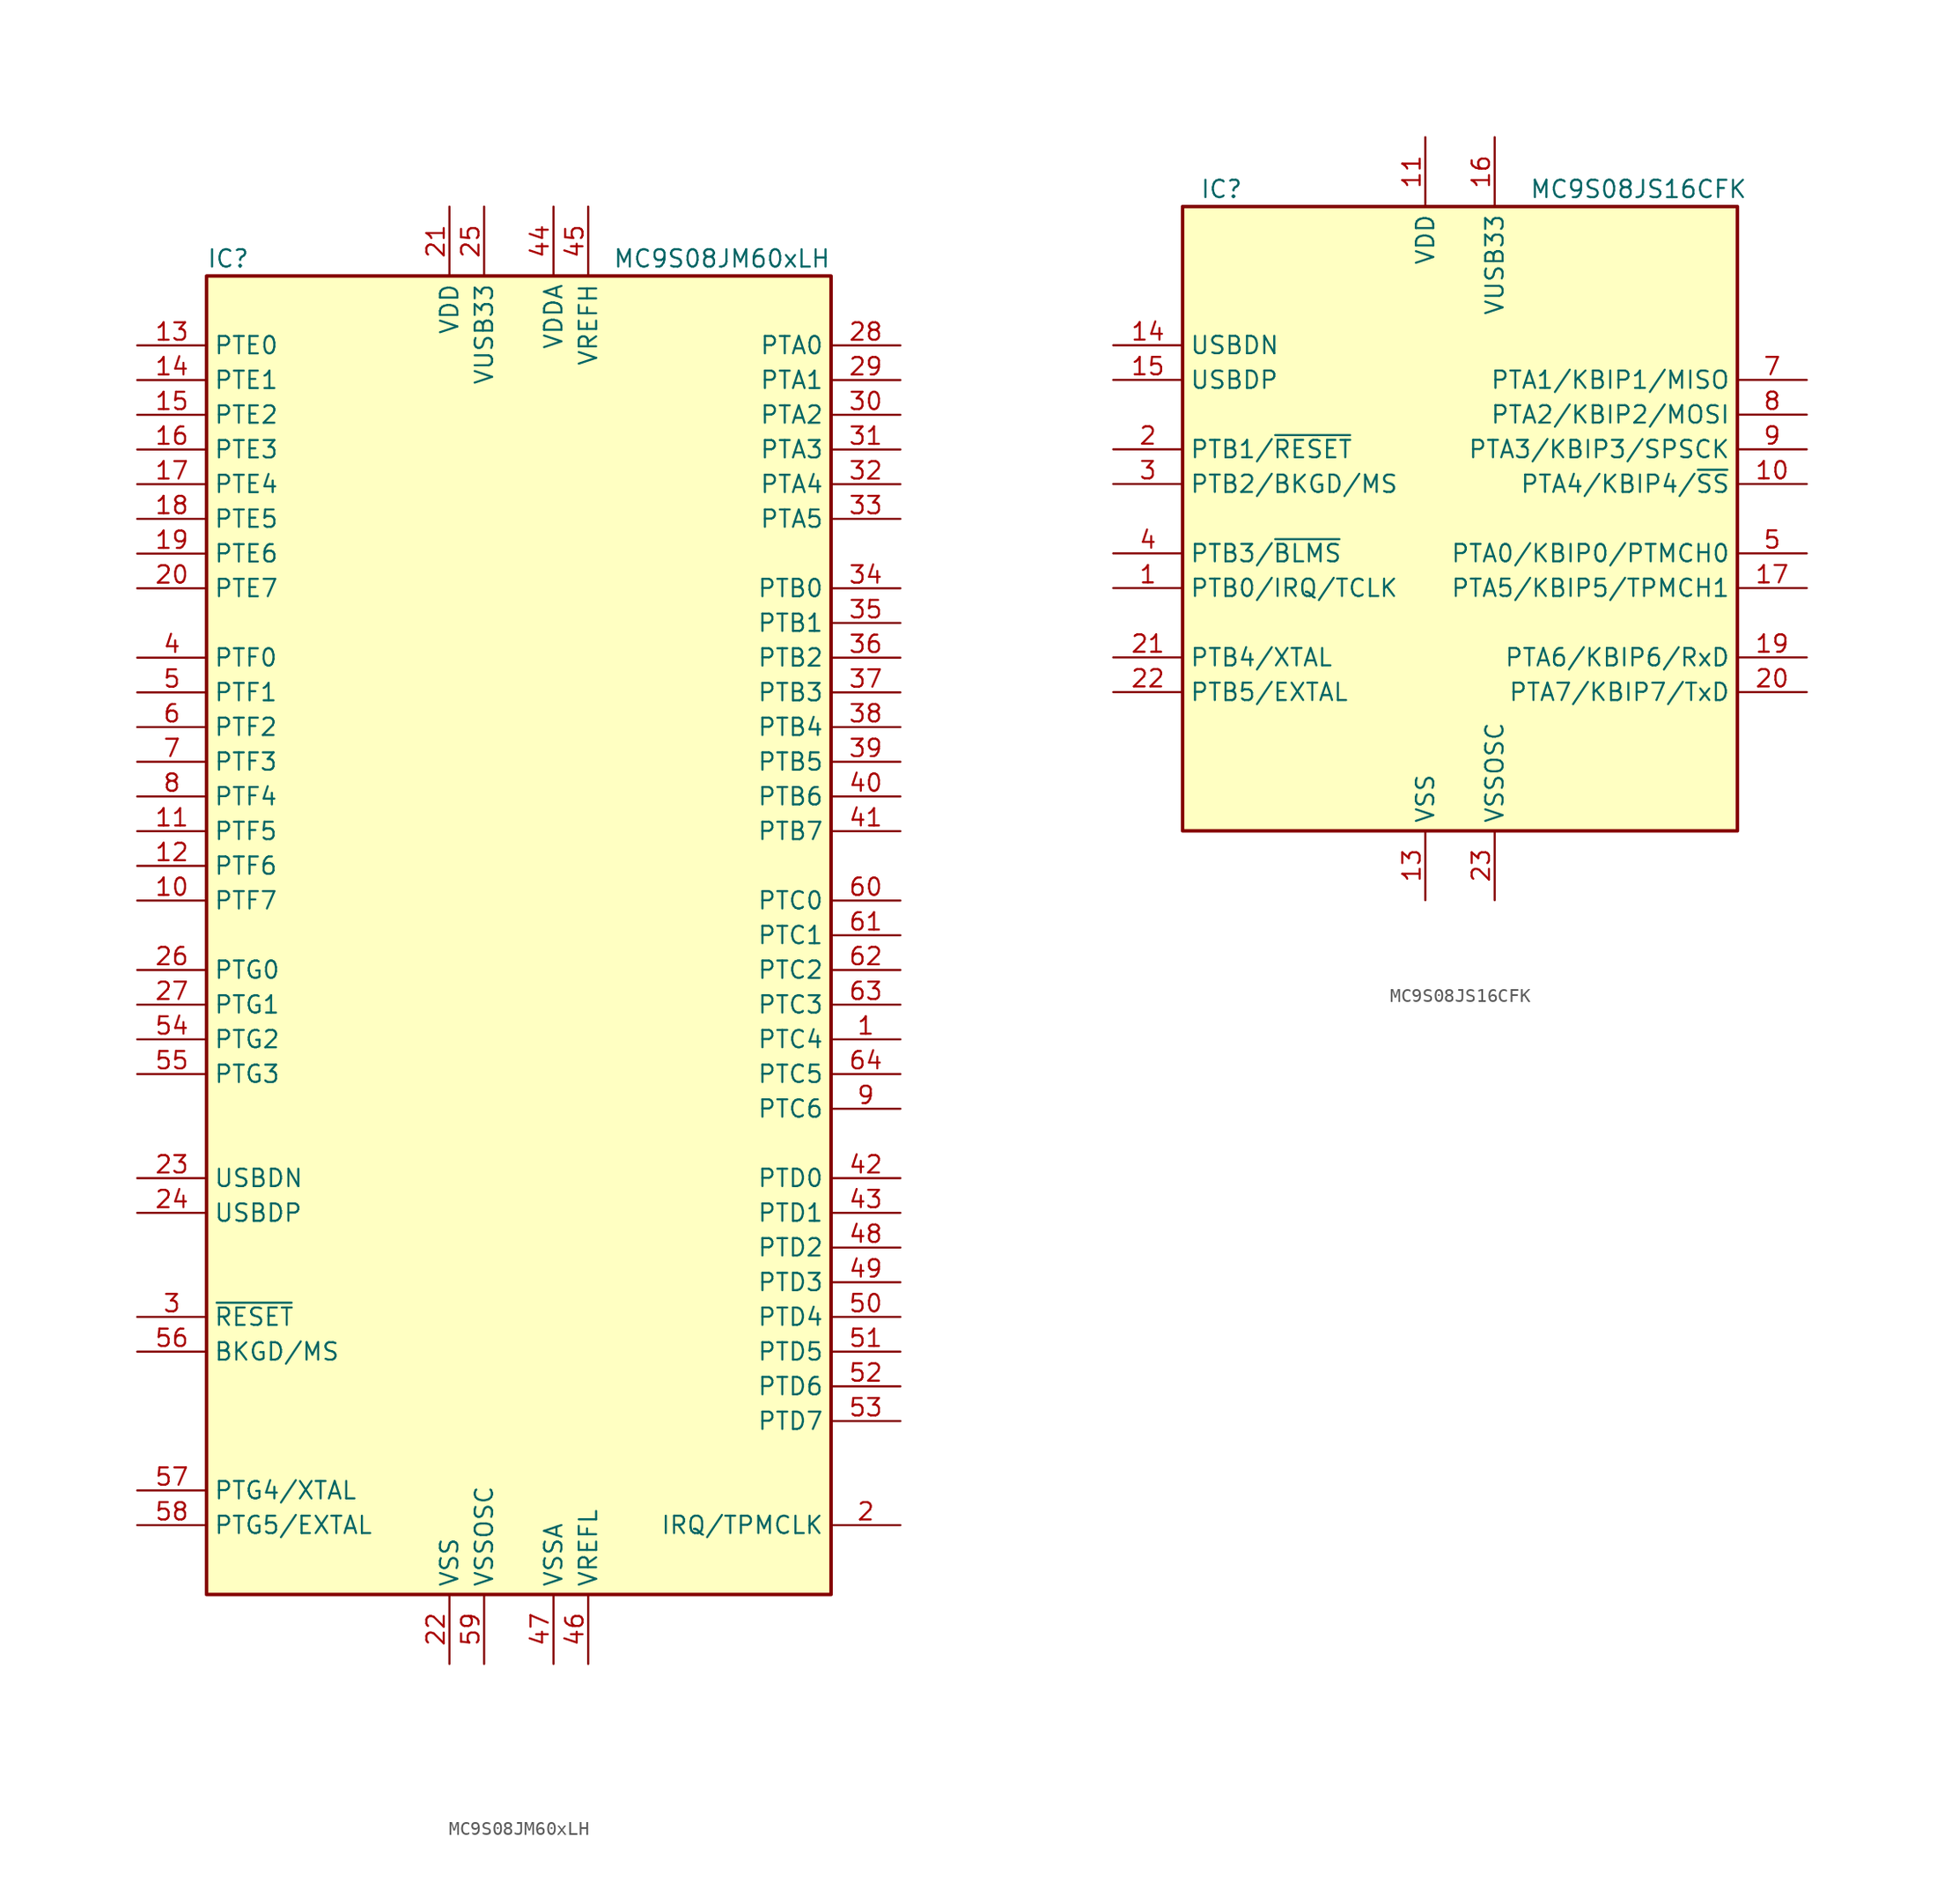
<source format=kicad_sym>
(kicad_symbol_lib
  (version 20241209)
  (generator "kicad_symbol_editor")
  (generator_version "9.0")
  (symbol "MC9S08JM60xLH"
    (property "Reference" "IC"
      (at -22.86 49.53 0)
      (effects (font (size 1.27 1.27)) (justify left)))
    (property "Value" "MC9S08JM60xLH"
      (at 22.86 49.53 0)
      (effects (font (size 1.27 1.27)) (justify right)))
    (symbol "MC9S08JM60xLH_0_1"
      (rectangle (start -22.86 48.26) (end 22.86 -48.26) (stroke (width 0.254) (type default)) (fill (type background))))
    (symbol "MC9S08JM60xLH_1_1"
      (pin bidirectional line (at -27.94 43.18 0) (length 5.08) (name "PTE0" (effects (font (size 1.27 1.27)))) (number "13" (effects (font (size 1.27 1.27)))))
      (pin bidirectional line (at -27.94 40.64 0) (length 5.08) (name "PTE1" (effects (font (size 1.27 1.27)))) (number "14" (effects (font (size 1.27 1.27)))))
      (pin bidirectional line (at -27.94 38.1 0) (length 5.08) (name "PTE2" (effects (font (size 1.27 1.27)))) (number "15" (effects (font (size 1.27 1.27)))))
      (pin bidirectional line (at -27.94 35.56 0) (length 5.08) (name "PTE3" (effects (font (size 1.27 1.27)))) (number "16" (effects (font (size 1.27 1.27)))))
      (pin bidirectional line (at -27.94 33.02 0) (length 5.08) (name "PTE4" (effects (font (size 1.27 1.27)))) (number "17" (effects (font (size 1.27 1.27)))))
      (pin bidirectional line (at -27.94 30.48 0) (length 5.08) (name "PTE5" (effects (font (size 1.27 1.27)))) (number "18" (effects (font (size 1.27 1.27)))))
      (pin bidirectional line (at -27.94 27.94 0) (length 5.08) (name "PTE6" (effects (font (size 1.27 1.27)))) (number "19" (effects (font (size 1.27 1.27)))))
      (pin bidirectional line (at -27.94 25.4 0) (length 5.08) (name "PTE7" (effects (font (size 1.27 1.27)))) (number "20" (effects (font (size 1.27 1.27)))))
      (pin bidirectional line (at -27.94 20.32 0) (length 5.08) (name "PTF0" (effects (font (size 1.27 1.27)))) (number "4" (effects (font (size 1.27 1.27)))))
      (pin bidirectional line (at -27.94 17.78 0) (length 5.08) (name "PTF1" (effects (font (size 1.27 1.27)))) (number "5" (effects (font (size 1.27 1.27)))))
      (pin bidirectional line (at -27.94 15.24 0) (length 5.08) (name "PTF2" (effects (font (size 1.27 1.27)))) (number "6" (effects (font (size 1.27 1.27)))))
      (pin bidirectional line (at -27.94 12.7 0) (length 5.08) (name "PTF3" (effects (font (size 1.27 1.27)))) (number "7" (effects (font (size 1.27 1.27)))))
      (pin bidirectional line (at -27.94 10.16 0) (length 5.08) (name "PTF4" (effects (font (size 1.27 1.27)))) (number "8" (effects (font (size 1.27 1.27)))))
      (pin bidirectional line (at -27.94 7.62 0) (length 5.08) (name "PTF5" (effects (font (size 1.27 1.27)))) (number "11" (effects (font (size 1.27 1.27)))))
      (pin bidirectional line (at -27.94 5.08 0) (length 5.08) (name "PTF6" (effects (font (size 1.27 1.27)))) (number "12" (effects (font (size 1.27 1.27)))))
      (pin bidirectional line (at -27.94 2.54 0) (length 5.08) (name "PTF7" (effects (font (size 1.27 1.27)))) (number "10" (effects (font (size 1.27 1.27)))))
      (pin bidirectional line (at -27.94 -2.54 0) (length 5.08) (name "PTG0" (effects (font (size 1.27 1.27)))) (number "26" (effects (font (size 1.27 1.27)))))
      (pin bidirectional line (at -27.94 -5.08 0) (length 5.08) (name "PTG1" (effects (font (size 1.27 1.27)))) (number "27" (effects (font (size 1.27 1.27)))))
      (pin bidirectional line (at -27.94 -7.62 0) (length 5.08) (name "PTG2" (effects (font (size 1.27 1.27)))) (number "54" (effects (font (size 1.27 1.27)))))
      (pin bidirectional line (at -27.94 -10.16 0) (length 5.08) (name "PTG3" (effects (font (size 1.27 1.27)))) (number "55" (effects (font (size 1.27 1.27)))))
      (pin bidirectional line (at -27.94 -17.78 0) (length 5.08) (name "USBDN" (effects (font (size 1.27 1.27)))) (number "23" (effects (font (size 1.27 1.27)))))
      (pin bidirectional line (at -27.94 -20.32 0) (length 5.08) (name "USBDP" (effects (font (size 1.27 1.27)))) (number "24" (effects (font (size 1.27 1.27)))))
      (pin input line (at -27.94 -27.94 0) (length 5.08) (name "~{RESET}" (effects (font (size 1.27 1.27)))) (number "3" (effects (font (size 1.27 1.27)))))
      (pin bidirectional line (at -27.94 -30.48 0) (length 5.08) (name "BKGD/MS" (effects (font (size 1.27 1.27)))) (number "56" (effects (font (size 1.27 1.27)))))
      (pin bidirectional line (at -27.94 -40.64 0) (length 5.08) (name "PTG4/XTAL" (effects (font (size 1.27 1.27)))) (number "57" (effects (font (size 1.27 1.27)))))
      (pin bidirectional line (at -27.94 -43.18 0) (length 5.08) (name "PTG5/EXTAL" (effects (font (size 1.27 1.27)))) (number "58" (effects (font (size 1.27 1.27)))))
      (pin power_in line (at -5.08 53.34 270) (length 5.08) (name "VDD" (effects (font (size 1.27 1.27)))) (number "21" (effects (font (size 1.27 1.27)))))
      (pin power_in line (at -5.08 -53.34 90) (length 5.08) (name "VSS" (effects (font (size 1.27 1.27)))) (number "22" (effects (font (size 1.27 1.27)))))
      (pin power_out line (at -2.54 53.34 270) (length 5.08) (name "VUSB33" (effects (font (size 1.27 1.27)))) (number "25" (effects (font (size 1.27 1.27)))))
      (pin power_in line (at -2.54 -53.34 90) (length 5.08) (name "VSSOSC" (effects (font (size 1.27 1.27)))) (number "59" (effects (font (size 1.27 1.27)))))
      (pin power_in line (at 2.54 53.34 270) (length 5.08) (name "VDDA" (effects (font (size 1.27 1.27)))) (number "44" (effects (font (size 1.27 1.27)))))
      (pin power_in line (at 2.54 -53.34 90) (length 5.08) (name "VSSA" (effects (font (size 1.27 1.27)))) (number "47" (effects (font (size 1.27 1.27)))))
      (pin power_in line (at 5.08 53.34 270) (length 5.08) (name "VREFH" (effects (font (size 1.27 1.27)))) (number "45" (effects (font (size 1.27 1.27)))))
      (pin power_in line (at 5.08 -53.34 90) (length 5.08) (name "VREFL" (effects (font (size 1.27 1.27)))) (number "46" (effects (font (size 1.27 1.27)))))
      (pin bidirectional line (at 27.94 43.18 180) (length 5.08) (name "PTA0" (effects (font (size 1.27 1.27)))) (number "28" (effects (font (size 1.27 1.27)))))
      (pin bidirectional line (at 27.94 40.64 180) (length 5.08) (name "PTA1" (effects (font (size 1.27 1.27)))) (number "29" (effects (font (size 1.27 1.27)))))
      (pin bidirectional line (at 27.94 38.1 180) (length 5.08) (name "PTA2" (effects (font (size 1.27 1.27)))) (number "30" (effects (font (size 1.27 1.27)))))
      (pin bidirectional line (at 27.94 35.56 180) (length 5.08) (name "PTA3" (effects (font (size 1.27 1.27)))) (number "31" (effects (font (size 1.27 1.27)))))
      (pin bidirectional line (at 27.94 33.02 180) (length 5.08) (name "PTA4" (effects (font (size 1.27 1.27)))) (number "32" (effects (font (size 1.27 1.27)))))
      (pin bidirectional line (at 27.94 30.48 180) (length 5.08) (name "PTA5" (effects (font (size 1.27 1.27)))) (number "33" (effects (font (size 1.27 1.27)))))
      (pin bidirectional line (at 27.94 25.4 180) (length 5.08) (name "PTB0" (effects (font (size 1.27 1.27)))) (number "34" (effects (font (size 1.27 1.27)))))
      (pin bidirectional line (at 27.94 22.86 180) (length 5.08) (name "PTB1" (effects (font (size 1.27 1.27)))) (number "35" (effects (font (size 1.27 1.27)))))
      (pin bidirectional line (at 27.94 20.32 180) (length 5.08) (name "PTB2" (effects (font (size 1.27 1.27)))) (number "36" (effects (font (size 1.27 1.27)))))
      (pin bidirectional line (at 27.94 17.78 180) (length 5.08) (name "PTB3" (effects (font (size 1.27 1.27)))) (number "37" (effects (font (size 1.27 1.27)))))
      (pin bidirectional line (at 27.94 15.24 180) (length 5.08) (name "PTB4" (effects (font (size 1.27 1.27)))) (number "38" (effects (font (size 1.27 1.27)))))
      (pin bidirectional line (at 27.94 12.7 180) (length 5.08) (name "PTB5" (effects (font (size 1.27 1.27)))) (number "39" (effects (font (size 1.27 1.27)))))
      (pin bidirectional line (at 27.94 10.16 180) (length 5.08) (name "PTB6" (effects (font (size 1.27 1.27)))) (number "40" (effects (font (size 1.27 1.27)))))
      (pin bidirectional line (at 27.94 7.62 180) (length 5.08) (name "PTB7" (effects (font (size 1.27 1.27)))) (number "41" (effects (font (size 1.27 1.27)))))
      (pin bidirectional line (at 27.94 2.54 180) (length 5.08) (name "PTC0" (effects (font (size 1.27 1.27)))) (number "60" (effects (font (size 1.27 1.27)))))
      (pin bidirectional line (at 27.94 0 180) (length 5.08) (name "PTC1" (effects (font (size 1.27 1.27)))) (number "61" (effects (font (size 1.27 1.27)))))
      (pin bidirectional line (at 27.94 -2.54 180) (length 5.08) (name "PTC2" (effects (font (size 1.27 1.27)))) (number "62" (effects (font (size 1.27 1.27)))))
      (pin bidirectional line (at 27.94 -5.08 180) (length 5.08) (name "PTC3" (effects (font (size 1.27 1.27)))) (number "63" (effects (font (size 1.27 1.27)))))
      (pin bidirectional line (at 27.94 -7.62 180) (length 5.08) (name "PTC4" (effects (font (size 1.27 1.27)))) (number "1" (effects (font (size 1.27 1.27)))))
      (pin bidirectional line (at 27.94 -10.16 180) (length 5.08) (name "PTC5" (effects (font (size 1.27 1.27)))) (number "64" (effects (font (size 1.27 1.27)))))
      (pin bidirectional line (at 27.94 -12.7 180) (length 5.08) (name "PTC6" (effects (font (size 1.27 1.27)))) (number "9" (effects (font (size 1.27 1.27)))))
      (pin bidirectional line (at 27.94 -17.78 180) (length 5.08) (name "PTD0" (effects (font (size 1.27 1.27)))) (number "42" (effects (font (size 1.27 1.27)))))
      (pin bidirectional line (at 27.94 -20.32 180) (length 5.08) (name "PTD1" (effects (font (size 1.27 1.27)))) (number "43" (effects (font (size 1.27 1.27)))))
      (pin bidirectional line (at 27.94 -22.86 180) (length 5.08) (name "PTD2" (effects (font (size 1.27 1.27)))) (number "48" (effects (font (size 1.27 1.27)))))
      (pin bidirectional line (at 27.94 -25.4 180) (length 5.08) (name "PTD3" (effects (font (size 1.27 1.27)))) (number "49" (effects (font (size 1.27 1.27)))))
      (pin bidirectional line (at 27.94 -27.94 180) (length 5.08) (name "PTD4" (effects (font (size 1.27 1.27)))) (number "50" (effects (font (size 1.27 1.27)))))
      (pin bidirectional line (at 27.94 -30.48 180) (length 5.08) (name "PTD5" (effects (font (size 1.27 1.27)))) (number "51" (effects (font (size 1.27 1.27)))))
      (pin bidirectional line (at 27.94 -33.02 180) (length 5.08) (name "PTD6" (effects (font (size 1.27 1.27)))) (number "52" (effects (font (size 1.27 1.27)))))
      (pin bidirectional line (at 27.94 -35.56 180) (length 5.08) (name "PTD7" (effects (font (size 1.27 1.27)))) (number "53" (effects (font (size 1.27 1.27)))))
      (pin bidirectional line (at 27.94 -43.18 180) (length 5.08) (name "IRQ/TPMCLK" (effects (font (size 1.27 1.27)))) (number "2" (effects (font (size 1.27 1.27)))))))
  (symbol "MC9S08JS16CFK"
    (property "Reference" "IC"
      (at -19.05 24.13 0)
      (effects (font (size 1.27 1.27)) (justify left)))
    (property "Value" "MC9S08JS16CFK"
      (at 5.08 24.13 0)
      (effects (font (size 1.27 1.27)) (justify left)))
    (symbol "MC9S08JS16CFK_0_1"
      (rectangle (start -20.32 22.86) (end 20.32 -22.86) (stroke (width 0.254) (type default)) (fill (type background))))
    (symbol "MC9S08JS16CFK_1_1"
      (pin bidirectional line (at -25.4 12.7 0) (length 5.08) (name "USBDN" (effects (font (size 1.27 1.27)))) (number "14" (effects (font (size 1.27 1.27)))))
      (pin bidirectional line (at -25.4 10.16 0) (length 5.08) (name "USBDP" (effects (font (size 1.27 1.27)))) (number "15" (effects (font (size 1.27 1.27)))))
      (pin bidirectional line (at -25.4 5.08 0) (length 5.08) (name "PTB1/~{RESET}" (effects (font (size 1.27 1.27)))) (number "2" (effects (font (size 1.27 1.27)))))
      (pin bidirectional line (at -25.4 2.54 0) (length 5.08) (name "PTB2/BKGD/MS" (effects (font (size 1.27 1.27)))) (number "3" (effects (font (size 1.27 1.27)))))
      (pin bidirectional line (at -25.4 -2.54 0) (length 5.08) (name "PTB3/~{BLMS}" (effects (font (size 1.27 1.27)))) (number "4" (effects (font (size 1.27 1.27)))))
      (pin bidirectional line (at -25.4 -5.08 0) (length 5.08) (name "PTB0/IRQ/TCLK" (effects (font (size 1.27 1.27)))) (number "1" (effects (font (size 1.27 1.27)))))
      (pin bidirectional line (at -25.4 -10.16 0) (length 5.08) (name "PTB4/XTAL" (effects (font (size 1.27 1.27)))) (number "21" (effects (font (size 1.27 1.27)))))
      (pin bidirectional line (at -25.4 -12.7 0) (length 5.08) (name "PTB5/EXTAL" (effects (font (size 1.27 1.27)))) (number "22" (effects (font (size 1.27 1.27)))))
      (pin power_in line (at -2.54 27.94 270) (length 5.08) (name "VDD" (effects (font (size 1.27 1.27)))) (number "11" (effects (font (size 1.27 1.27)))))
      (pin power_in line (at -2.54 -27.94 90) (length 5.08) (name "VSS" (effects (font (size 1.27 1.27)))) (number "13" (effects (font (size 1.27 1.27)))))
      (pin power_out line (at 2.54 27.94 270) (length 5.08) (name "VUSB33" (effects (font (size 1.27 1.27)))) (number "16" (effects (font (size 1.27 1.27)))))
      (pin power_in line (at 2.54 -27.94 90) (length 5.08) (name "VSSOSC" (effects (font (size 1.27 1.27)))) (number "23" (effects (font (size 1.27 1.27)))))
      (pin bidirectional line (at 25.4 10.16 180) (length 5.08) (name "PTA1/KBIP1/MISO" (effects (font (size 1.27 1.27)))) (number "7" (effects (font (size 1.27 1.27)))))
      (pin bidirectional line (at 25.4 7.62 180) (length 5.08) (name "PTA2/KBIP2/MOSI" (effects (font (size 1.27 1.27)))) (number "8" (effects (font (size 1.27 1.27)))))
      (pin bidirectional line (at 25.4 5.08 180) (length 5.08) (name "PTA3/KBIP3/SPSCK" (effects (font (size 1.27 1.27)))) (number "9" (effects (font (size 1.27 1.27)))))
      (pin bidirectional line (at 25.4 2.54 180) (length 5.08) (name "PTA4/KBIP4/~{SS}" (effects (font (size 1.27 1.27)))) (number "10" (effects (font (size 1.27 1.27)))))
      (pin bidirectional line (at 25.4 -2.54 180) (length 5.08) (name "PTA0/KBIP0/PTMCH0" (effects (font (size 1.27 1.27)))) (number "5" (effects (font (size 1.27 1.27)))))
      (pin bidirectional line (at 25.4 -5.08 180) (length 5.08) (name "PTA5/KBIP5/TPMCH1" (effects (font (size 1.27 1.27)))) (number "17" (effects (font (size 1.27 1.27)))))
      (pin bidirectional line (at 25.4 -10.16 180) (length 5.08) (name "PTA6/KBIP6/RxD" (effects (font (size 1.27 1.27)))) (number "19" (effects (font (size 1.27 1.27)))))
      (pin bidirectional line (at 25.4 -12.7 180) (length 5.08) (name "PTA7/KBIP7/TxD" (effects (font (size 1.27 1.27)))) (number "20" (effects (font (size 1.27 1.27))))))))
</source>
